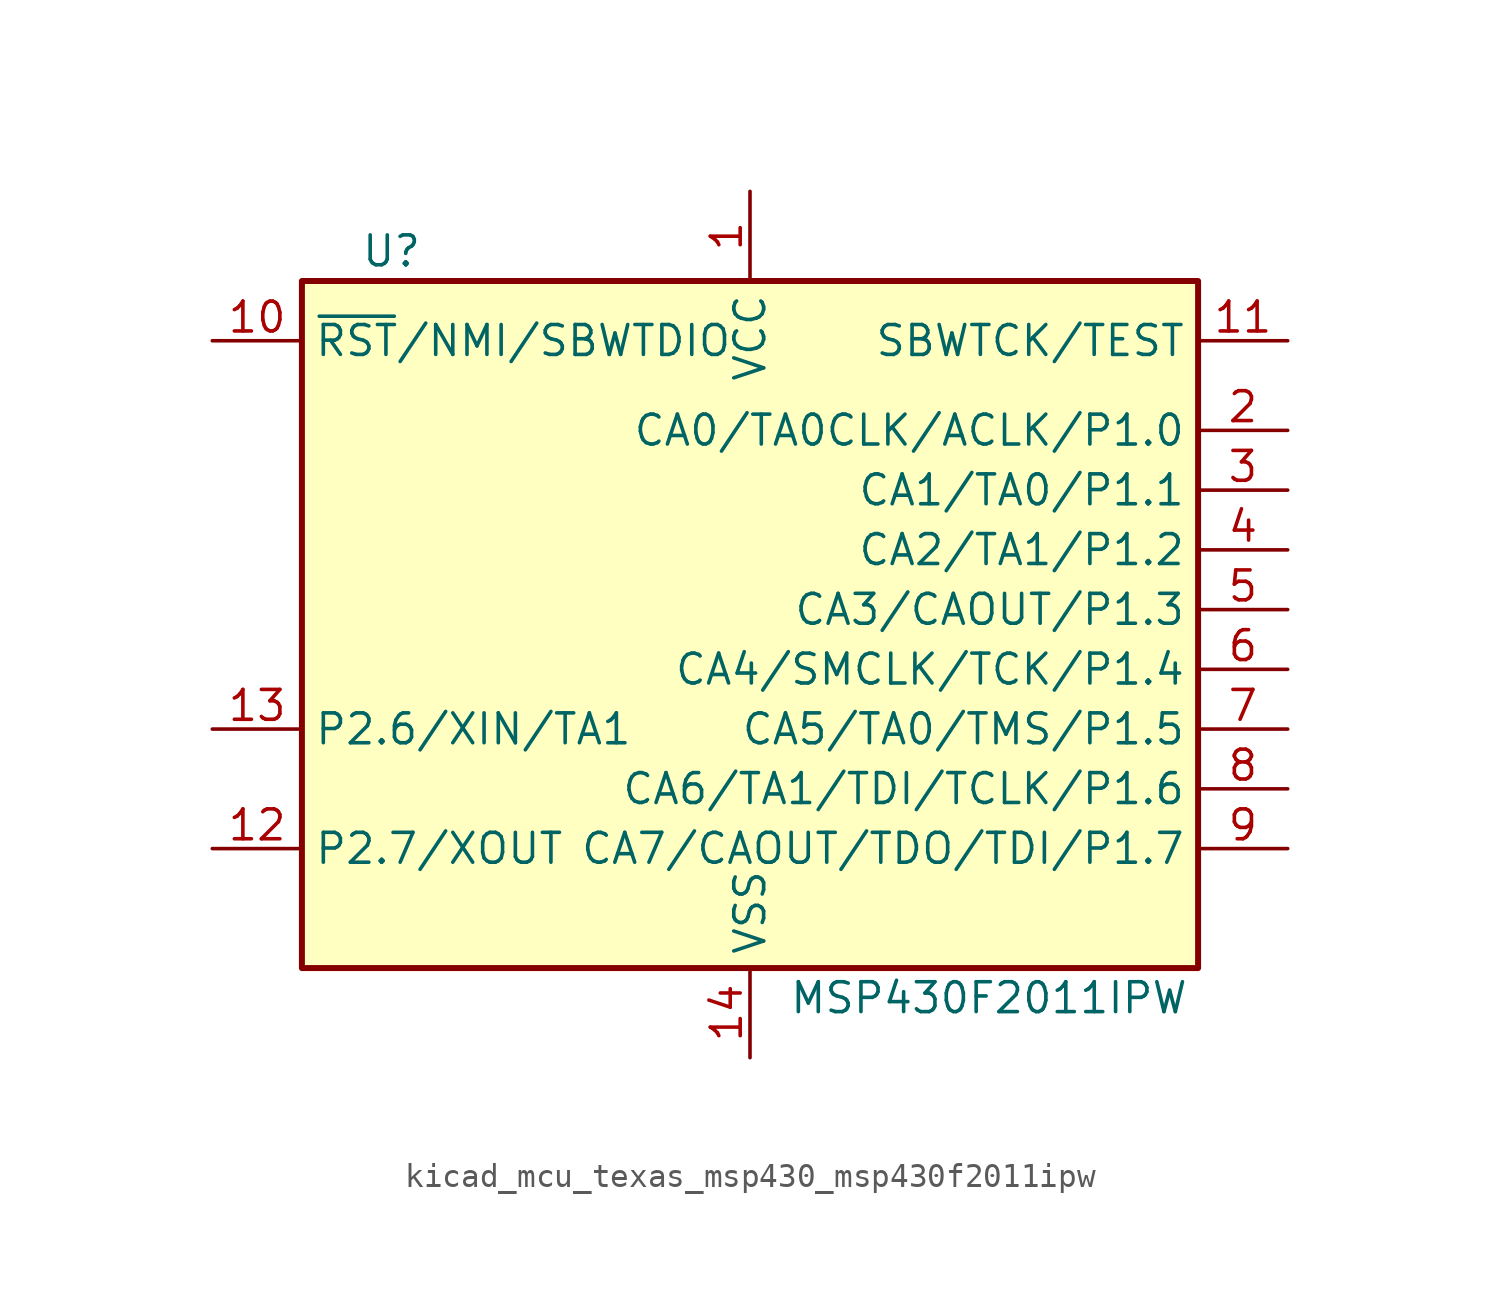
<source format=kicad_sym>
(kicad_symbol_lib
  (version 20220914)
  (generator kicad_symbol_editor)
  (symbol "kicad_mcu_texas_msp430_msp430f2011ipw"
    (property "Reference" "U"
      (at -15.24 15.24 0)
      (effects (font (size 1.27 1.27))))
    (property "Value" "MSP430F2011IPW"
      (at 10.16 -16.51 0)
      (effects (font (size 1.27 1.27))))
    (symbol "kicad_mcu_texas_msp430_msp430f2011ipw_0_1"
      (rectangle (start -19.05 13.97) (end 19.05 -15.24) (stroke (width 0.254) (type default)) (fill (type background))))
    (symbol "kicad_mcu_texas_msp430_msp430f2011ipw_1_1"
      (pin power_in line (at 0 17.78 270) (length 3.81) (name "VCC" (effects (font (size 1.27 1.27)))) (number "1" (effects (font (size 1.27 1.27)))))
      (pin input line (at -22.86 11.43 0) (length 3.81) (name "~{RST}/NMI/SBWTDIO" (effects (font (size 1.27 1.27)))) (number "10" (effects (font (size 1.27 1.27)))))
      (pin input line (at 22.86 11.43 180) (length 3.81) (name "SBWTCK/TEST" (effects (font (size 1.27 1.27)))) (number "11" (effects (font (size 1.27 1.27)))))
      (pin bidirectional line (at -22.86 -10.16 0) (length 3.81) (name "P2.7/XOUT" (effects (font (size 1.27 1.27)))) (number "12" (effects (font (size 1.27 1.27)))))
      (pin bidirectional line (at -22.86 -5.08 0) (length 3.81) (name "P2.6/XIN/TA1" (effects (font (size 1.27 1.27)))) (number "13" (effects (font (size 1.27 1.27)))))
      (pin power_in line (at 0 -19.05 90) (length 3.81) (name "VSS" (effects (font (size 1.27 1.27)))) (number "14" (effects (font (size 1.27 1.27)))))
      (pin bidirectional line (at 22.86 7.62 180) (length 3.81) (name "CA0/TA0CLK/ACLK/P1.0" (effects (font (size 1.27 1.27)))) (number "2" (effects (font (size 1.27 1.27)))))
      (pin bidirectional line (at 22.86 5.08 180) (length 3.81) (name "CA1/TA0/P1.1" (effects (font (size 1.27 1.27)))) (number "3" (effects (font (size 1.27 1.27)))))
      (pin bidirectional line (at 22.86 2.54 180) (length 3.81) (name "CA2/TA1/P1.2" (effects (font (size 1.27 1.27)))) (number "4" (effects (font (size 1.27 1.27)))))
      (pin bidirectional line (at 22.86 0 180) (length 3.81) (name "CA3/CAOUT/P1.3" (effects (font (size 1.27 1.27)))) (number "5" (effects (font (size 1.27 1.27)))))
      (pin bidirectional line (at 22.86 -2.54 180) (length 3.81) (name "CA4/SMCLK/TCK/P1.4" (effects (font (size 1.27 1.27)))) (number "6" (effects (font (size 1.27 1.27)))))
      (pin bidirectional line (at 22.86 -5.08 180) (length 3.81) (name "CA5/TA0/TMS/P1.5" (effects (font (size 1.27 1.27)))) (number "7" (effects (font (size 1.27 1.27)))))
      (pin bidirectional line (at 22.86 -7.62 180) (length 3.81) (name "CA6/TA1/TDI/TCLK/P1.6" (effects (font (size 1.27 1.27)))) (number "8" (effects (font (size 1.27 1.27)))))
      (pin bidirectional line (at 22.86 -10.16 180) (length 3.81) (name "CA7/CAOUT/TDO/TDI/P1.7" (effects (font (size 1.27 1.27)))) (number "9" (effects (font (size 1.27 1.27))))))))
</source>
